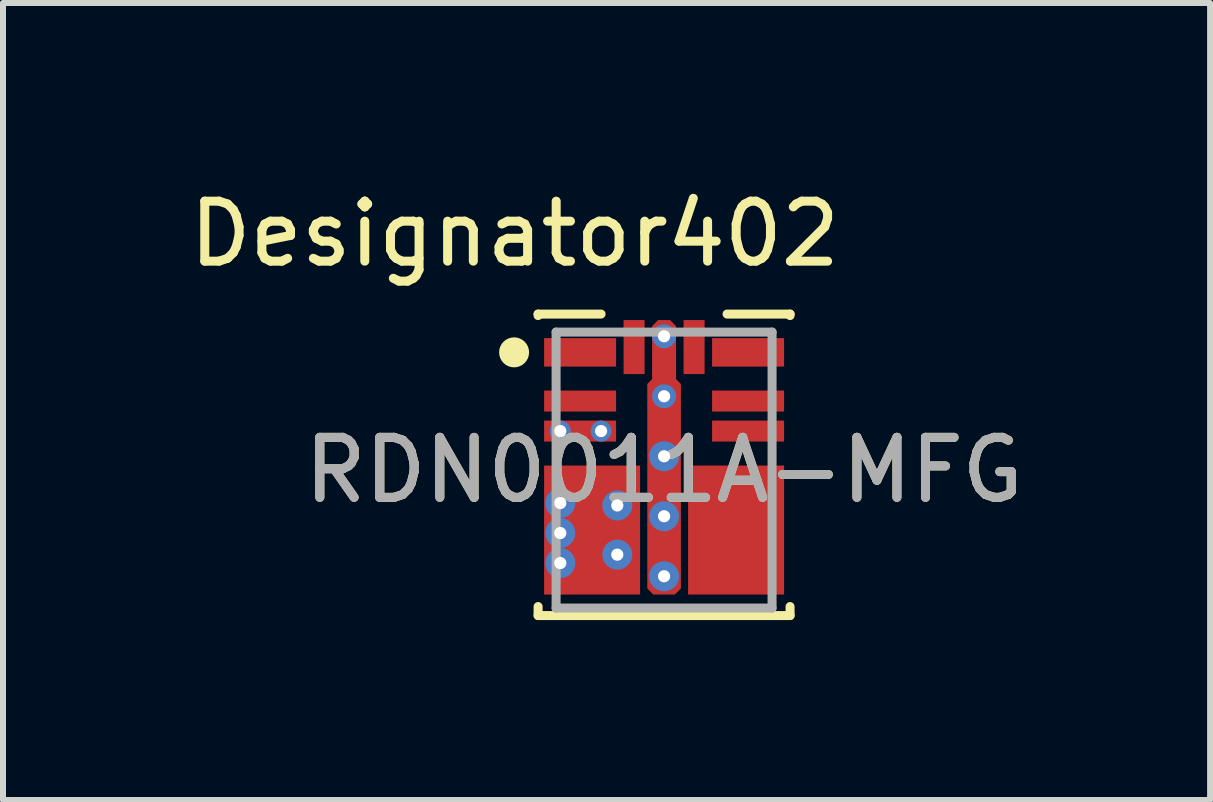
<source format=kicad_pcb>
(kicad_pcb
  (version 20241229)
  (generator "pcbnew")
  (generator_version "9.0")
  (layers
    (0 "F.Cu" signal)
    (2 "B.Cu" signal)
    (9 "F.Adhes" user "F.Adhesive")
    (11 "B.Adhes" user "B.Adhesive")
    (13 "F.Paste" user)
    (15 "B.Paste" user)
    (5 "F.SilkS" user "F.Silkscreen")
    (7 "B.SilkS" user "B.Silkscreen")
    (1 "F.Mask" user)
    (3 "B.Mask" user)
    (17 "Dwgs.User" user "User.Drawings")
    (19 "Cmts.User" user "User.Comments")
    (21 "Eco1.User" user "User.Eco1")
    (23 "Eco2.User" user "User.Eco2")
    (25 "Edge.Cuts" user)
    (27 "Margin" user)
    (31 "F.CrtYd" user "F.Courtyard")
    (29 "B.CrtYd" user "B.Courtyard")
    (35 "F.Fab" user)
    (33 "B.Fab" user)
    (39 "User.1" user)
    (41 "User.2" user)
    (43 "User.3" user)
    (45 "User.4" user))
  (footprint "RDN0011A-MFG"
    (layer "F.Cu")
    (at 8.019 4.785)
    (property "Reference" "RDN0011A-MFG" (at 0 0 0) (unlocked yes) (layer "F.SilkS") (effects (font (size 1 1) (thickness 0.15))))
    (attr through_hole)
    (fp_poly (pts (xy -0.2 -2.4) (xy -0.1 -2.5) (xy 0.1 -2.5) (xy 0.2 -2.4) (xy 0.2 -1.515) (xy 0.24 -1.475) (xy 0.24 -1.475) (xy 0.28 -1.435) (xy 0.28 1.975) (xy 0.18 2.075) (xy -0.18 2.075) (xy -0.28 1.975) (xy -0.28 -1.435) (xy -0.24 -1.475) (xy -0.24 -1.475) (xy -0.2 -1.515)) (stroke (width 0) (type solid)) (fill yes) (layer "F.Cu"))
    (fp_poly (pts (xy -1.95 -2.099) (xy -1.9 -2.15) (xy -0.9 -2.15) (xy -0.85 -2.099) (xy -0.85 -1.825) (xy -0.9 -1.774) (xy -1.9 -1.774) (xy -1.95 -1.825)) (stroke (width 0) (type solid)) (fill yes) (layer "F.Mask"))
    (fp_poly (pts (xy -1.9 -1.025) (xy -1.95 -1.075) (xy -1.95 -1.225) (xy -1.9 -1.275) (xy -0.9 -1.275) (xy -0.85 -1.225) (xy -0.85 -1.075) (xy -0.9 -1.025)) (stroke (width 0) (type solid)) (fill yes) (layer "F.Mask"))
    (fp_poly (pts (xy -0.9 -0.775) (xy -0.85 -0.725) (xy -0.85 -0.575) (xy -0.9 -0.525) (xy -1.9 -0.525) (xy -1.95 -0.575) (xy -1.95 -0.725) (xy -1.9 -0.775)) (stroke (width 0) (type solid)) (fill yes) (layer "F.Mask"))
    (fp_poly (pts (xy -0.425 -1.65) (xy -0.575 -1.65) (xy -0.625 -1.7) (xy -0.625 -2.4) (xy -0.575 -2.45) (xy -0.425 -2.45) (xy -0.375 -2.4) (xy -0.375 -1.7)) (stroke (width 0) (type solid)) (fill yes) (layer "F.Mask"))
    (fp_poly (pts (xy -0.15 -2.4) (xy -0.1 -2.45) (xy 0.1 -2.45) (xy 0.15 -2.4) (xy 0.15 -0.974) (xy 0.1 -0.924) (xy -0.1 -0.924) (xy -0.15 -0.974)) (stroke (width 0) (type solid)) (fill yes) (layer "F.Mask"))
    (fp_poly (pts (xy 0.575 -1.65) (xy 0.425 -1.65) (xy 0.375 -1.7) (xy 0.375 -2.4) (xy 0.425 -2.45) (xy 0.575 -2.45) (xy 0.625 -2.4) (xy 0.625 -1.7)) (stroke (width 0) (type solid)) (fill yes) (layer "F.Mask"))
    (fp_poly (pts (xy 0.85 -1.075) (xy 0.85 -1.225) (xy 0.9 -1.275) (xy 1.9 -1.275) (xy 1.95 -1.225) (xy 1.95 -1.075) (xy 1.9 -1.025) (xy 0.9 -1.025)) (stroke (width 0) (type solid)) (fill yes) (layer "F.Mask"))
    (fp_poly (pts (xy 0.85 -0.725) (xy 0.9 -0.775) (xy 1.9 -0.775) (xy 1.95 -0.725) (xy 1.95 -0.575) (xy 1.9 -0.525) (xy 0.9 -0.525) (xy 0.85 -0.575)) (stroke (width 0) (type solid)) (fill yes) (layer "F.Mask"))
    (fp_poly (pts (xy 1.95 -2.099) (xy 1.95 -1.825) (xy 1.9 -1.774) (xy 0.9 -1.774) (xy 0.85 -1.825) (xy 0.85 -2.099) (xy 0.9 -2.15) (xy 1.9 -2.15)) (stroke (width 0) (type solid)) (fill yes) (layer "F.Mask"))
    (fp_poly (pts (xy -0.5 2.025) (xy -0.45 1.975) (xy -0.45 0.025) (xy -0.5 -0.025) (xy -1.525 -0.025) (xy -1.575 0.025) (xy -1.575 0.125) (xy -1.625 0.175) (xy -1.9 0.175) (xy -1.95 0.225) (xy -1.95 0.375) (xy -1.9 0.425) (xy -1.625 0.425) (xy -1.575 0.475) (xy -1.575 0.625) (xy -1.625 0.675) (xy -1.9 0.675) (xy -1.95 0.725) (xy -1.95 0.875) (xy -1.9 0.925) (xy -1.625 0.925) (xy -1.575 0.975) (xy -1.575 1.125) (xy -1.625 1.175) (xy -1.9 1.175) (xy -1.95 1.225) (xy -1.95 1.375) (xy -1.9 1.425) (xy -1.625 1.425) (xy -1.575 1.475) (xy -1.575 1.625) (xy -1.625 1.675) (xy -1.9 1.675) (xy -1.95 1.725) (xy -1.95 1.875) (xy -1.9 1.925) (xy -1.625 1.925) (xy -1.575 1.975) (xy -1.575 1.975) (xy -1.525 2.025)) (stroke (width 0) (type solid)) (fill yes) (layer "F.Mask"))
    (fp_poly (pts (xy 0.5 2.025) (xy 0.45 1.975) (xy 0.45 0.025) (xy 0.5 -0.025) (xy 1.525 -0.025) (xy 1.575 0.025) (xy 1.575 0.125) (xy 1.625 0.175) (xy 1.9 0.175) (xy 1.95 0.225) (xy 1.95 0.375) (xy 1.9 0.425) (xy 1.625 0.425) (xy 1.575 0.475) (xy 1.575 0.625) (xy 1.625 0.675) (xy 1.9 0.675) (xy 1.95 0.725) (xy 1.95 0.875) (xy 1.9 0.925) (xy 1.625 0.925) (xy 1.575 0.975) (xy 1.575 1.125) (xy 1.625 1.175) (xy 1.9 1.175) (xy 1.95 1.225) (xy 1.95 1.375) (xy 1.9 1.425) (xy 1.625 1.425) (xy 1.575 1.475) (xy 1.575 1.625) (xy 1.625 1.675) (xy 1.9 1.675) (xy 1.95 1.725) (xy 1.95 1.875) (xy 1.9 1.925) (xy 1.625 1.925) (xy 1.575 1.975) (xy 1.575 1.975) (xy 1.525 2.025)) (stroke (width 0) (type solid)) (fill yes) (layer "F.Mask"))
    (fp_line (start -2.1 -2.6) (end -1.05 -2.6) (stroke (width 0.15) (type solid)) (layer "F.SilkS"))
    (fp_line (start -2.1 -2.575) (end -2.1 -2.6) (stroke (width 0.15) (type solid)) (layer "F.SilkS"))
    (fp_line (start -2.1 2.425) (end -2.1 2.275) (stroke (width 0.15) (type solid)) (layer "F.SilkS"))
    (fp_line (start -2.1 2.425) (end 2.1 2.425) (stroke (width 0.15) (type solid)) (layer "F.SilkS"))
    (fp_line (start 1.05 -2.6) (end 2.1 -2.6) (stroke (width 0.15) (type solid)) (layer "F.SilkS"))
    (fp_line (start 2.1 -2.575) (end 2.1 -2.6) (stroke (width 0.15) (type solid)) (layer "F.SilkS"))
    (fp_line (start 2.1 2.425) (end 2.1 2.275) (stroke (width 0.15) (type solid)) (layer "F.SilkS"))
    (fp_circle (center -2.5 -1.962) (end -2.375 -1.962) (stroke (width 0.25) (type solid)) (fill no) (layer "F.SilkS"))
    (fp_poly (pts (xy -1.95 -2.099) (xy -1.9 -2.15) (xy -0.9 -2.15) (xy -0.85 -2.099) (xy -0.85 -1.825) (xy -0.9 -1.774) (xy -1.9 -1.774) (xy -1.95 -1.825)) (stroke (width 0) (type solid)) (fill yes) (layer "F.Paste"))
    (fp_poly (pts (xy -1.9 -1.025) (xy -1.95 -1.075) (xy -1.95 -1.225) (xy -1.9 -1.275) (xy -0.9 -1.275) (xy -0.85 -1.225) (xy -0.85 -1.075) (xy -0.9 -1.025)) (stroke (width 0) (type solid)) (fill yes) (layer "F.Paste"))
    (fp_poly (pts (xy -1.575 0.225) (xy -1.575 0.375) (xy -1.625 0.425) (xy -1.9 0.425) (xy -1.95 0.375) (xy -1.95 0.225) (xy -1.9 0.175) (xy -1.625 0.175)) (stroke (width 0) (type solid)) (fill yes) (layer "F.Paste"))
    (fp_poly (pts (xy -1.575 0.725) (xy -1.575 0.875) (xy -1.625 0.925) (xy -1.9 0.925) (xy -1.95 0.875) (xy -1.95 0.725) (xy -1.9 0.675) (xy -1.625 0.675)) (stroke (width 0) (type solid)) (fill yes) (layer "F.Paste"))
    (fp_poly (pts (xy -1.575 1.225) (xy -1.575 1.375) (xy -1.625 1.425) (xy -1.9 1.425) (xy -1.95 1.375) (xy -1.95 1.225) (xy -1.9 1.175) (xy -1.625 1.175)) (stroke (width 0) (type solid)) (fill yes) (layer "F.Paste"))
    (fp_poly (pts (xy -1.575 1.725) (xy -1.575 1.875) (xy -1.625 1.925) (xy -1.9 1.925) (xy -1.95 1.875) (xy -1.95 1.725) (xy -1.9 1.675) (xy -1.625 1.675)) (stroke (width 0) (type solid)) (fill yes) (layer "F.Paste"))
    (fp_poly (pts (xy -1.38 0.443) (xy -1.38 0.028) (xy -1.33 -0.022) (xy -0.5 -0.022) (xy -0.45 0.028) (xy -0.45 0.443) (xy -0.5 0.493) (xy -1.33 0.493)) (stroke (width 0) (type solid)) (fill yes) (layer "F.Paste"))
    (fp_poly (pts (xy -1.33 1.31) (xy -1.38 1.26) (xy -1.38 0.74) (xy -1.33 0.69) (xy -0.5 0.69) (xy -0.45 0.74) (xy -0.45 1.26) (xy -0.5 1.31)) (stroke (width 0) (type solid)) (fill yes) (layer "F.Paste"))
    (fp_poly (pts (xy -1.33 1.512) (xy -0.5 1.512) (xy -0.45 1.562) (xy -0.45 1.977) (xy -0.5 2.027) (xy -1.33 2.027) (xy -1.38 1.977) (xy -1.38 1.562)) (stroke (width 0) (type solid)) (fill yes) (layer "F.Paste"))
    (fp_poly (pts (xy -0.9 -0.775) (xy -0.85 -0.725) (xy -0.85 -0.575) (xy -0.9 -0.525) (xy -1.9 -0.525) (xy -1.95 -0.575) (xy -1.95 -0.725) (xy -1.9 -0.775)) (stroke (width 0) (type solid)) (fill yes) (layer "F.Paste"))
    (fp_poly (pts (xy -0.425 -1.65) (xy -0.575 -1.65) (xy -0.625 -1.7) (xy -0.625 -2.4) (xy -0.575 -2.45) (xy -0.425 -2.45) (xy -0.375 -2.4) (xy -0.375 -1.7)) (stroke (width 0) (type solid)) (fill yes) (layer "F.Paste"))
    (fp_poly (pts (xy -0.15 -2.4) (xy -0.1 -2.45) (xy 0.1 -2.45) (xy 0.15 -2.4) (xy 0.15 -0.974) (xy 0.1 -0.924) (xy -0.1 -0.924) (xy -0.15 -0.974)) (stroke (width 0) (type solid)) (fill yes) (layer "F.Paste"))
    (fp_poly (pts (xy 0.45 1.26) (xy 0.45 0.74) (xy 0.5 0.69) (xy 1.33 0.69) (xy 1.38 0.74) (xy 1.38 1.26) (xy 1.33 1.31) (xy 0.5 1.31)) (stroke (width 0) (type solid)) (fill yes) (layer "F.Paste"))
    (fp_poly (pts (xy 0.575 -1.65) (xy 0.425 -1.65) (xy 0.375 -1.7) (xy 0.375 -2.4) (xy 0.425 -2.45) (xy 0.575 -2.45) (xy 0.625 -2.4) (xy 0.625 -1.7)) (stroke (width 0) (type solid)) (fill yes) (layer "F.Paste"))
    (fp_poly (pts (xy 0.85 -1.075) (xy 0.85 -1.225) (xy 0.9 -1.275) (xy 1.9 -1.275) (xy 1.95 -1.225) (xy 1.95 -1.075) (xy 1.9 -1.025) (xy 0.9 -1.025)) (stroke (width 0) (type solid)) (fill yes) (layer "F.Paste"))
    (fp_poly (pts (xy 0.85 -0.725) (xy 0.9 -0.775) (xy 1.9 -0.775) (xy 1.95 -0.725) (xy 1.95 -0.575) (xy 1.9 -0.525) (xy 0.9 -0.525) (xy 0.85 -0.575)) (stroke (width 0) (type solid)) (fill yes) (layer "F.Paste"))
    (fp_poly (pts (xy 1.33 0.493) (xy 0.5 0.493) (xy 0.45 0.443) (xy 0.45 0.028) (xy 0.5 -0.022) (xy 1.33 -0.022) (xy 1.38 0.028) (xy 1.38 0.443)) (stroke (width 0) (type solid)) (fill yes) (layer "F.Paste"))
    (fp_poly (pts (xy 1.38 1.562) (xy 1.38 1.977) (xy 1.33 2.027) (xy 0.5 2.027) (xy 0.45 1.977) (xy 0.45 1.562) (xy 0.5 1.512) (xy 1.33 1.512)) (stroke (width 0) (type solid)) (fill yes) (layer "F.Paste"))
    (fp_poly (pts (xy 1.95 0.225) (xy 1.95 0.375) (xy 1.9 0.425) (xy 1.625 0.425) (xy 1.575 0.375) (xy 1.575 0.225) (xy 1.625 0.175) (xy 1.9 0.175)) (stroke (width 0) (type solid)) (fill yes) (layer "F.Paste"))
    (fp_poly (pts (xy 1.95 0.725) (xy 1.95 0.875) (xy 1.9 0.925) (xy 1.625 0.925) (xy 1.575 0.875) (xy 1.575 0.725) (xy 1.625 0.675) (xy 1.9 0.675)) (stroke (width 0) (type solid)) (fill yes) (layer "F.Paste"))
    (fp_poly (pts (xy 1.95 1.225) (xy 1.95 1.375) (xy 1.9 1.425) (xy 1.625 1.425) (xy 1.575 1.375) (xy 1.575 1.225) (xy 1.625 1.175) (xy 1.9 1.175)) (stroke (width 0) (type solid)) (fill yes) (layer "F.Paste"))
    (fp_poly (pts (xy 1.95 1.725) (xy 1.95 1.875) (xy 1.9 1.925) (xy 1.625 1.925) (xy 1.575 1.875) (xy 1.575 1.725) (xy 1.625 1.675) (xy 1.9 1.675)) (stroke (width 0) (type solid)) (fill yes) (layer "F.Paste"))
    (fp_poly (pts (xy 1.95 -2.099) (xy 1.95 -1.825) (xy 1.9 -1.774) (xy 0.9 -1.774) (xy 0.85 -1.825) (xy 0.85 -2.099) (xy 0.9 -2.15) (xy 1.9 -2.15)) (stroke (width 0) (type solid)) (fill yes) (layer "F.Paste"))
    (fp_line (start -1.8 -2.3) (end 1.8 -2.3) (stroke (width 0.15) (type solid)) (layer "F.Fab"))
    (fp_line (start -1.8 2.3) (end -1.8 -2.3) (stroke (width 0.15) (type solid)) (layer "F.Fab"))
    (fp_line (start -1.8 2.3) (end 1.8 2.3) (stroke (width 0.15) (type solid)) (layer "F.Fab"))
    (fp_line (start 1.8 2.3) (end 1.8 -2.3) (stroke (width 0.15) (type solid)) (layer "F.Fab"))
    (fp_text user "Designator402" (at -2.489 -3.937 0) (unlocked yes) (layer "F.SilkS") (effects (font (size 1 1) (thickness 0.15))))
    (fp_text user "${REFERENCE}" (at 0 0 0) (unlocked yes) (layer "F.Fab") (effects (font (size 1 1) (thickness 0.15))))
    (pad "1" smd rect (at -1.4 -1.962) (size 1.2 0.475) (layers "F.Cu"))
    (pad "2" smd rect (at -1.4 -1.15) (size 1.2 0.35) (layers "F.Cu"))
    (pad "3" smd rect (at -1.4 -0.65) (size 1.2 0.35) (layers "F.Cu"))
    (pad "4" smd rect (at -1.2 1) (size 1.6 2.15) (layers "F.Cu"))
    (pad "5" smd rect (at 1.2 1) (size 1.6 2.15) (layers "F.Cu"))
    (pad "6" smd rect (at 1.4 -0.65) (size 1.2 0.35) (layers "F.Cu"))
    (pad "7" smd rect (at 1.4 -1.15) (size 1.2 0.35) (layers "F.Cu"))
    (pad "8" smd rect (at 1.4 -1.962) (size 1.2 0.475) (layers "F.Cu"))
    (pad "9" smd rect (at 0.5 -2.05) (size 0.35 0.9) (layers "F.Cu"))
    (pad "10" smd circle (at 0 -1.005) (size 0.504 0.504) (layers "F.Cu"))
    (pad "11" smd rect (at -0.5 -2.05) (size 0.35 0.9) (layers "F.Cu"))
    (pad "12" thru_hole circle (at -1.05 -0.65) (size 0.35 0.35) (drill 0.203) (layers "*.Cu" "*.Mask"))
    (pad "13" thru_hole circle (at -1.73 -0.65) (size 0.35 0.35) (drill 0.203) (layers "*.Cu" "*.Mask"))
    (pad "14" thru_hole circle (at -0.78 1.41) (size 0.5 0.5) (drill 0.203) (layers "*.Cu" "*.Mask"))
    (pad "15" thru_hole circle (at -0.78 0.59) (size 0.5 0.5) (drill 0.203) (layers "*.Cu" "*.Mask"))
    (pad "16" thru_hole circle (at -1.73 1.55) (size 0.5 0.5) (drill 0.203) (layers "*.Cu" "*.Mask"))
    (pad "17" thru_hole circle (at -1.73 1.05) (size 0.5 0.5) (drill 0.203) (layers "*.Cu" "*.Mask"))
    (pad "18" thru_hole circle (at -1.73 0.55) (size 0.5 0.5) (drill 0.203) (layers "*.Cu" "*.Mask"))
    (pad "19" thru_hole circle (at 0 -2.23) (size 0.4 0.4) (drill 0.203) (layers "*.Cu" "*.Mask"))
    (pad "20" thru_hole circle (at 0 -1.23) (size 0.4 0.4) (drill 0.203) (layers "*.Cu" "*.Mask"))
    (pad "21" thru_hole circle (at 0 -0.23) (size 0.5 0.5) (drill 0.203) (layers "*.Cu" "*.Mask"))
    (pad "22" thru_hole circle (at 0 0.77) (size 0.5 0.5) (drill 0.203) (layers "*.Cu" "*.Mask"))
    (pad "23" thru_hole circle (at 0 1.77) (size 0.5 0.5) (drill 0.203) (layers "*.Cu" "*.Mask")))
  (gr_rect
    (start -3 -3)
    (end 17.12 10.285)
    (stroke (width 0.1) (type default))
    (fill no)
    (layer "Edge.Cuts")))
</source>
